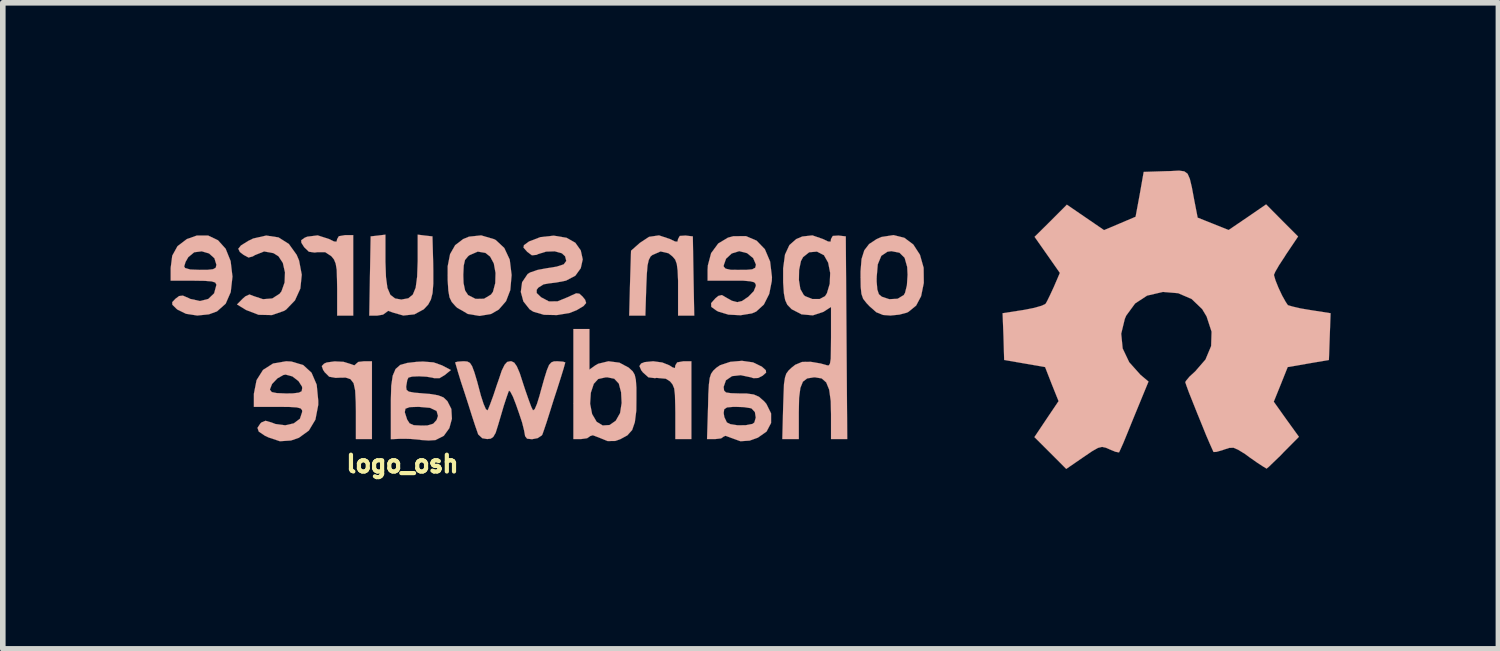
<source format=kicad_pcb>
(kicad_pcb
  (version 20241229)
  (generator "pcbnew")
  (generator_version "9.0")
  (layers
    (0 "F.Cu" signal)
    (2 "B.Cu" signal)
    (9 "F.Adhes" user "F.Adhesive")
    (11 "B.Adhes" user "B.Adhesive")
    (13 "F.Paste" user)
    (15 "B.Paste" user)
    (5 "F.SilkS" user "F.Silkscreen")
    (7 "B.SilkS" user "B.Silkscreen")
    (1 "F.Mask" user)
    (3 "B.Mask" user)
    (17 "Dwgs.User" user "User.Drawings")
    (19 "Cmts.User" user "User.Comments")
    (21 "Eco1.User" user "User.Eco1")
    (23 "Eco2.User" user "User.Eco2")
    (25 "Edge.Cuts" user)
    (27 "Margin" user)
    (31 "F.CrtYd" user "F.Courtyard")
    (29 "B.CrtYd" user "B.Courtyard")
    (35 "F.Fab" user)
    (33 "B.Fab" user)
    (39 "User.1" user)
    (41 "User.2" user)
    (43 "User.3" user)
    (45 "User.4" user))
  (footprint "logo_osh"
    (layer "F.Cu")
    (at 10.37 2.833)
    (property "Reference" "logo_osh" (at -6.223 2.413 0) (layer "F.SilkS") (effects (font (size 0.3 0.3) (thickness 0.075))))
    (attr through_hole)
    (fp_poly (pts (xy -8.034 -1.587) (xy -8.031 -1.542) (xy -7.981 -1.463) (xy -7.897 -1.382) (xy -7.793 -1.367) (xy -7.744 -1.374) (xy -7.605 -1.374) (xy -7.493 -1.3) (xy -7.447 -1.242) (xy -7.417 -1.168) (xy -7.399 -1.059) (xy -7.394 -0.889) (xy -7.391 -0.719) (xy -7.391 -0.239) (xy -7.247 -0.239) (xy -7.104 -0.239) (xy -7.104 -0.96) (xy -7.104 -1.679) (xy -7.247 -1.679) (xy -7.361 -1.659) (xy -7.391 -1.608) (xy -7.402 -1.562) (xy -7.447 -1.565) (xy -7.534 -1.608) (xy -7.739 -1.674) (xy -7.925 -1.651) (xy -7.973 -1.631) (xy -8.034 -1.587)) (stroke (width 0.003) (type solid)) (fill yes) (layer "B.SilkS"))
    (fp_poly (pts (xy -7.666 0.663) (xy -7.643 0.729) (xy -7.615 0.772) (xy -7.534 0.853) (xy -7.417 0.874) (xy -7.366 0.871) (xy -7.239 0.869) (xy -7.153 0.897) (xy -7.097 0.97) (xy -7.069 1.1) (xy -7.059 1.303) (xy -7.056 1.471) (xy -7.056 1.968) (xy -6.911 1.968) (xy -6.769 1.968) (xy -6.769 1.273) (xy -6.769 0.577) (xy -6.911 0.577) (xy -7.013 0.589) (xy -7.056 0.625) (xy -7.056 0.627) (xy -7.084 0.65) (xy -7.148 0.627) (xy -7.277 0.587) (xy -7.437 0.579) (xy -7.579 0.599) (xy -7.625 0.62) (xy -7.666 0.663)) (stroke (width 0.003) (type solid)) (fill yes) (layer "B.SilkS"))
    (fp_poly (pts (xy -1.986 0.663) (xy -1.953 0.739) (xy -1.923 0.777) (xy -1.826 0.864) (xy -1.709 0.879) (xy -1.681 0.874) (xy -1.514 0.889) (xy -1.438 0.937) (xy -1.394 0.991) (xy -1.364 1.064) (xy -1.351 1.179) (xy -1.346 1.359) (xy -1.344 1.496) (xy -1.344 1.968) (xy -1.199 1.968) (xy -1.057 1.968) (xy -1.057 1.273) (xy -1.057 0.577) (xy -1.199 0.577) (xy -1.311 0.597) (xy -1.344 0.65) (xy -1.351 0.699) (xy -1.394 0.686) (xy -1.45 0.65) (xy -1.577 0.599) (xy -1.74 0.577) (xy -1.892 0.592) (xy -1.956 0.617) (xy -1.986 0.663)) (stroke (width 0.003) (type solid)) (fill yes) (layer "B.SilkS"))
    (fp_poly (pts (xy -2.169 -0.239) (xy -2.024 -0.239) (xy -1.88 -0.239) (xy -1.864 -0.747) (xy -1.854 -0.98) (xy -1.841 -1.138) (xy -1.819 -1.234) (xy -1.788 -1.295) (xy -1.755 -1.323) (xy -1.608 -1.387) (xy -1.466 -1.354) (xy -1.392 -1.295) (xy -1.346 -1.24) (xy -1.318 -1.163) (xy -1.303 -1.046) (xy -1.295 -0.866) (xy -1.295 -0.719) (xy -1.295 -0.239) (xy -1.151 -0.239) (xy -1.006 -0.239) (xy -1.019 -0.947) (xy -1.031 -1.656) (xy -1.163 -1.671) (xy -1.265 -1.664) (xy -1.295 -1.61) (xy -1.306 -1.562) (xy -1.349 -1.565) (xy -1.438 -1.608) (xy -1.636 -1.674) (xy -1.814 -1.648) (xy -1.979 -1.539) (xy -2.136 -1.4) (xy -2.154 -0.82) (xy -2.169 -0.239)) (stroke (width 0.003) (type solid)) (fill yes) (layer "B.SilkS"))
    (fp_poly (pts (xy -6.817 -0.239) (xy -6.678 -0.239) (xy -6.571 -0.257) (xy -6.518 -0.295) (xy -6.48 -0.325) (xy -6.396 -0.295) (xy -6.208 -0.241) (xy -6.01 -0.262) (xy -5.845 -0.351) (xy -5.839 -0.356) (xy -5.763 -0.437) (xy -5.715 -0.526) (xy -5.685 -0.643) (xy -5.672 -0.81) (xy -5.672 -1.041) (xy -5.674 -1.176) (xy -5.687 -1.656) (xy -5.822 -1.671) (xy -5.951 -1.687) (xy -5.951 -1.214) (xy -5.961 -0.935) (xy -5.987 -0.739) (xy -6.038 -0.615) (xy -6.119 -0.549) (xy -6.236 -0.528) (xy -6.241 -0.526) (xy -6.355 -0.546) (xy -6.439 -0.61) (xy -6.492 -0.734) (xy -6.518 -0.927) (xy -6.528 -1.201) (xy -6.528 -1.214) (xy -6.528 -1.687) (xy -6.66 -1.671) (xy -6.792 -1.656) (xy -6.805 -0.947) (xy -6.817 -0.239)) (stroke (width 0.003) (type solid)) (fill yes) (layer "B.SilkS"))
    (fp_poly (pts (xy -9.182 -0.439) (xy -9.02 -0.34) (xy -8.796 -0.254) (xy -8.557 -0.249) (xy -8.339 -0.325) (xy -8.303 -0.348) (xy -8.146 -0.511) (xy -8.049 -0.724) (xy -8.024 -0.97) (xy -8.072 -1.224) (xy -8.115 -1.326) (xy -8.255 -1.521) (xy -8.44 -1.638) (xy -8.659 -1.671) (xy -8.893 -1.618) (xy -8.981 -1.575) (xy -9.111 -1.494) (xy -9.159 -1.435) (xy -9.131 -1.377) (xy -9.065 -1.326) (xy -8.976 -1.278) (xy -8.9 -1.298) (xy -8.862 -1.321) (xy -8.697 -1.387) (xy -8.529 -1.356) (xy -8.44 -1.3) (xy -8.362 -1.181) (xy -8.324 -1.011) (xy -8.331 -0.831) (xy -8.387 -0.673) (xy -8.42 -0.63) (xy -8.552 -0.546) (xy -8.717 -0.533) (xy -8.88 -0.587) (xy -8.959 -0.617) (xy -9.032 -0.584) (xy -9.078 -0.544) (xy -9.182 -0.439)) (stroke (width 0.003) (type solid)) (fill yes) (layer "B.SilkS"))
    (fp_poly (pts (xy -5.415 -0.876) (xy -5.403 -0.686) (xy -5.382 -0.566) (xy -5.342 -0.483) (xy -5.273 -0.406) (xy -5.243 -0.378) (xy -5.136 -0.318) (xy -5.136 -0.965) (xy -5.128 -1.133) (xy -5.105 -1.234) (xy -5.052 -1.298) (xy -5.029 -1.318) (xy -4.877 -1.384) (xy -4.74 -1.361) (xy -4.656 -1.295) (xy -4.59 -1.173) (xy -4.559 -1.003) (xy -4.564 -0.82) (xy -4.605 -0.665) (xy -4.641 -0.615) (xy -4.765 -0.541) (xy -4.915 -0.538) (xy -5.05 -0.607) (xy -5.103 -0.688) (xy -5.131 -0.82) (xy -5.136 -0.965) (xy -5.136 -0.318) (xy -5.055 -0.269) (xy -4.844 -0.234) (xy -4.638 -0.269) (xy -4.501 -0.348) (xy -4.371 -0.498) (xy -4.295 -0.696) (xy -4.272 -0.96) (xy -4.272 -0.968) (xy -4.305 -1.24) (xy -4.402 -1.448) (xy -4.554 -1.59) (xy -4.582 -1.605) (xy -4.816 -1.674) (xy -5.034 -1.651) (xy -5.138 -1.608) (xy -5.281 -1.499) (xy -5.372 -1.339) (xy -5.415 -1.12) (xy -5.415 -0.876)) (stroke (width 0.003) (type solid)) (fill yes) (layer "B.SilkS"))
    (fp_poly (pts (xy 1.968 -0.945) (xy 1.971 -0.752) (xy 1.984 -0.627) (xy 2.014 -0.541) (xy 2.073 -0.465) (xy 2.131 -0.404) (xy 2.253 -0.297) (xy 2.256 -0.297) (xy 2.256 -0.848) (xy 2.256 -0.922) (xy 2.276 -1.156) (xy 2.339 -1.308) (xy 2.449 -1.382) (xy 2.52 -1.392) (xy 2.664 -1.364) (xy 2.756 -1.273) (xy 2.802 -1.11) (xy 2.809 -0.97) (xy 2.797 -0.782) (xy 2.764 -0.648) (xy 2.741 -0.607) (xy 2.631 -0.541) (xy 2.482 -0.533) (xy 2.349 -0.577) (xy 2.296 -0.622) (xy 2.268 -0.706) (xy 2.256 -0.848) (xy 2.256 -0.297) (xy 2.37 -0.251) (xy 2.502 -0.241) (xy 2.662 -0.257) (xy 2.794 -0.292) (xy 2.822 -0.305) (xy 2.962 -0.419) (xy 3.051 -0.587) (xy 3.099 -0.823) (xy 3.096 -1.095) (xy 3.03 -1.328) (xy 2.911 -1.511) (xy 2.751 -1.631) (xy 2.558 -1.679) (xy 2.344 -1.646) (xy 2.256 -1.608) (xy 2.121 -1.519) (xy 2.035 -1.407) (xy 1.986 -1.252) (xy 1.968 -1.031) (xy 1.968 -0.945)) (stroke (width 0.003) (type solid)) (fill yes) (layer "B.SilkS"))
    (fp_poly (pts (xy -3.167 1.968) (xy -3.028 1.968) (xy -2.921 1.953) (xy -2.87 1.918) (xy -2.868 1.915) (xy -2.868 1.336) (xy -2.855 1.14) (xy -2.802 0.98) (xy -2.723 0.894) (xy -2.596 0.866) (xy -2.56 0.864) (xy -2.436 0.889) (xy -2.355 0.975) (xy -2.314 1.13) (xy -2.304 1.323) (xy -2.332 1.504) (xy -2.41 1.641) (xy -2.52 1.717) (xy -2.642 1.725) (xy -2.751 1.659) (xy -2.832 1.521) (xy -2.868 1.336) (xy -2.868 1.915) (xy -2.819 1.9) (xy -2.71 1.941) (xy -2.555 2.004) (xy -2.418 2.002) (xy -2.329 1.971) (xy -2.202 1.902) (xy -2.116 1.806) (xy -2.068 1.666) (xy -2.042 1.46) (xy -2.04 1.262) (xy -2.04 1.049) (xy -2.05 0.909) (xy -2.07 0.82) (xy -2.106 0.757) (xy -2.167 0.701) (xy -2.174 0.693) (xy -2.344 0.602) (xy -2.54 0.577) (xy -2.725 0.622) (xy -2.774 0.65) (xy -2.88 0.726) (xy -2.88 0.363) (xy -2.88 0) (xy -3.025 0) (xy -3.167 0) (xy -3.167 0.986) (xy -3.167 1.968)) (stroke (width 0.003) (type solid)) (fill yes) (layer "B.SilkS"))
    (fp_poly (pts (xy -10.368 -0.864) (xy -10.127 -0.864) (xy -10.127 -1.118) (xy -10.102 -1.199) (xy -10.053 -1.285) (xy -9.947 -1.372) (xy -9.812 -1.389) (xy -9.682 -1.351) (xy -9.586 -1.265) (xy -9.55 -1.148) (xy -9.563 -1.095) (xy -9.611 -1.069) (xy -9.721 -1.057) (xy -9.84 -1.057) (xy -10.018 -1.064) (xy -10.109 -1.09) (xy -10.127 -1.118) (xy -10.127 -0.864) (xy -9.959 -0.864) (xy -9.759 -0.861) (xy -9.634 -0.851) (xy -9.571 -0.831) (xy -9.55 -0.792) (xy -9.55 -0.79) (xy -9.591 -0.638) (xy -9.695 -0.538) (xy -9.845 -0.5) (xy -10.018 -0.538) (xy -10.043 -0.551) (xy -10.15 -0.597) (xy -10.218 -0.589) (xy -10.282 -0.541) (xy -10.34 -0.48) (xy -10.338 -0.434) (xy -10.269 -0.366) (xy -10.249 -0.348) (xy -10.094 -0.272) (xy -9.893 -0.241) (xy -9.685 -0.262) (xy -9.54 -0.315) (xy -9.385 -0.452) (xy -9.294 -0.66) (xy -9.263 -0.937) (xy -9.296 -1.214) (xy -9.385 -1.435) (xy -9.522 -1.587) (xy -9.698 -1.671) (xy -9.901 -1.671) (xy -10.079 -1.608) (xy -10.246 -1.481) (xy -10.34 -1.311) (xy -10.368 -1.092) (xy -10.368 -0.864)) (stroke (width 0.003) (type solid)) (fill yes) (layer "B.SilkS"))
    (fp_poly (pts (xy -8.88 1.392) (xy -8.593 1.392) (xy -8.593 1.079) (xy -8.555 0.983) (xy -8.461 0.884) (xy -8.354 0.823) (xy -8.313 0.815) (xy -8.191 0.848) (xy -8.082 0.932) (xy -8.019 1.031) (xy -8.016 1.059) (xy -8.026 1.113) (xy -8.075 1.138) (xy -8.181 1.151) (xy -8.303 1.153) (xy -8.471 1.146) (xy -8.56 1.128) (xy -8.59 1.09) (xy -8.593 1.079) (xy -8.593 1.392) (xy -8.448 1.392) (xy -8.242 1.394) (xy -8.113 1.402) (xy -8.044 1.42) (xy -8.019 1.45) (xy -8.016 1.481) (xy -8.057 1.605) (xy -8.166 1.687) (xy -8.319 1.722) (xy -8.494 1.699) (xy -8.567 1.671) (xy -8.672 1.641) (xy -8.745 1.671) (xy -8.766 1.692) (xy -8.816 1.768) (xy -8.793 1.834) (xy -8.684 1.908) (xy -8.621 1.938) (xy -8.415 2.007) (xy -8.217 1.994) (xy -8.077 1.946) (xy -7.897 1.816) (xy -7.78 1.621) (xy -7.729 1.356) (xy -7.729 1.283) (xy -7.757 0.996) (xy -7.849 0.782) (xy -7.998 0.645) (xy -8.209 0.582) (xy -8.303 0.577) (xy -8.537 0.617) (xy -8.717 0.732) (xy -8.832 0.914) (xy -8.88 1.158) (xy -8.88 1.199) (xy -8.88 1.392)) (stroke (width 0.003) (type solid)) (fill yes) (layer "B.SilkS"))
    (fp_poly (pts (xy -0.767 -0.864) (xy -0.48 -0.864) (xy -0.48 -1.135) (xy -0.437 -1.257) (xy -0.335 -1.351) (xy -0.201 -1.392) (xy -0.061 -1.356) (xy 0.048 -1.267) (xy 0.097 -1.153) (xy 0.097 -1.146) (xy 0.084 -1.095) (xy 0.03 -1.067) (xy -0.084 -1.057) (xy -0.191 -1.057) (xy -0.356 -1.059) (xy -0.445 -1.079) (xy -0.478 -1.115) (xy -0.48 -1.135) (xy -0.48 -0.864) (xy -0.335 -0.864) (xy -0.13 -0.864) (xy -0.003 -0.853) (xy 0.066 -0.836) (xy 0.091 -0.805) (xy 0.097 -0.772) (xy 0.058 -0.676) (xy -0.038 -0.577) (xy -0.152 -0.5) (xy -0.236 -0.48) (xy -0.333 -0.505) (xy -0.424 -0.556) (xy -0.511 -0.607) (xy -0.574 -0.592) (xy -0.627 -0.549) (xy -0.704 -0.462) (xy -0.701 -0.396) (xy -0.61 -0.33) (xy -0.577 -0.312) (xy -0.394 -0.257) (xy -0.178 -0.246) (xy 0.025 -0.279) (xy 0.102 -0.312) (xy 0.239 -0.437) (xy 0.335 -0.627) (xy 0.381 -0.859) (xy 0.384 -0.927) (xy 0.351 -1.206) (xy 0.257 -1.427) (xy 0.109 -1.58) (xy -0.081 -1.661) (xy -0.307 -1.659) (xy -0.404 -1.633) (xy -0.577 -1.529) (xy -0.704 -1.356) (xy -0.762 -1.138) (xy -0.767 -1.062) (xy -0.767 -0.864)) (stroke (width 0.003) (type solid)) (fill yes) (layer "B.SilkS"))
    (fp_poly (pts (xy -4.107 -0.663) (xy -4.061 -0.493) (xy -3.95 -0.353) (xy -3.884 -0.31) (xy -3.693 -0.254) (xy -3.462 -0.249) (xy -3.233 -0.287) (xy -3.106 -0.338) (xy -2.985 -0.411) (xy -2.939 -0.465) (xy -2.957 -0.523) (xy -3.005 -0.582) (xy -3.061 -0.632) (xy -3.117 -0.638) (xy -3.208 -0.597) (xy -3.256 -0.574) (xy -3.449 -0.495) (xy -3.604 -0.493) (xy -3.747 -0.569) (xy -3.749 -0.572) (xy -3.823 -0.643) (xy -3.823 -0.701) (xy -3.795 -0.739) (xy -3.701 -0.798) (xy -3.607 -0.815) (xy -3.475 -0.831) (xy -3.317 -0.861) (xy -3.297 -0.866) (xy -3.132 -0.953) (xy -3.035 -1.087) (xy -3 -1.245) (xy -3.035 -1.405) (xy -3.132 -1.542) (xy -3.289 -1.631) (xy -3.518 -1.669) (xy -3.757 -1.643) (xy -3.96 -1.565) (xy -3.967 -1.56) (xy -4.051 -1.499) (xy -4.059 -1.455) (xy -3.998 -1.387) (xy -3.995 -1.382) (xy -3.909 -1.318) (xy -3.825 -1.326) (xy -3.8 -1.339) (xy -3.655 -1.384) (xy -3.5 -1.389) (xy -3.373 -1.354) (xy -3.315 -1.3) (xy -3.294 -1.217) (xy -3.34 -1.156) (xy -3.467 -1.115) (xy -3.642 -1.087) (xy -3.805 -1.057) (xy -3.94 -1.011) (xy -3.985 -0.983) (xy -4.084 -0.836) (xy -4.107 -0.663)) (stroke (width 0.003) (type solid)) (fill yes) (layer "B.SilkS"))
    (fp_poly (pts (xy -6.431 1.971) (xy -6.253 1.963) (xy -6.182 1.963) (xy -6.182 1.488) (xy -6.17 1.425) (xy -6.093 1.397) (xy -5.936 1.392) (xy -5.933 1.392) (xy -5.73 1.41) (xy -5.613 1.466) (xy -5.588 1.554) (xy -5.613 1.628) (xy -5.674 1.694) (xy -5.779 1.725) (xy -5.883 1.727) (xy -6.022 1.72) (xy -6.096 1.687) (xy -6.142 1.615) (xy -6.144 1.605) (xy -6.182 1.488) (xy -6.182 1.963) (xy -6.076 1.966) (xy -5.903 1.981) (xy -5.903 1.984) (xy -5.756 1.994) (xy -5.631 1.986) (xy -5.629 1.984) (xy -5.484 1.91) (xy -5.385 1.773) (xy -5.339 1.605) (xy -5.349 1.43) (xy -5.42 1.29) (xy -5.489 1.224) (xy -5.585 1.186) (xy -5.735 1.161) (xy -5.839 1.153) (xy -6.012 1.138) (xy -6.109 1.12) (xy -6.149 1.09) (xy -6.157 1.036) (xy -6.154 1.011) (xy -6.137 0.912) (xy -6.116 0.869) (xy -6.05 0.851) (xy -5.928 0.846) (xy -5.794 0.853) (xy -5.685 0.871) (xy -5.659 0.879) (xy -5.56 0.879) (xy -5.471 0.826) (xy -5.357 0.734) (xy -5.517 0.65) (xy -5.667 0.597) (xy -5.857 0.582) (xy -5.966 0.587) (xy -6.139 0.607) (xy -6.264 0.643) (xy -6.347 0.716) (xy -6.398 0.836) (xy -6.424 1.016) (xy -6.431 1.273) (xy -6.431 1.397) (xy -6.431 1.971)) (stroke (width 0.003) (type solid)) (fill yes) (layer "B.SilkS"))
    (fp_poly (pts (xy -0.777 1.968) (xy -0.627 1.968) (xy -0.526 1.956) (xy -0.48 1.925) (xy -0.48 1.923) (xy -0.48 1.504) (xy -0.47 1.435) (xy -0.419 1.402) (xy -0.305 1.392) (xy -0.267 1.392) (xy -0.119 1.397) (xy -0.003 1.415) (xy 0.02 1.422) (xy 0.079 1.486) (xy 0.094 1.585) (xy 0.069 1.671) (xy 0.036 1.697) (xy -0.084 1.72) (xy -0.229 1.722) (xy -0.358 1.702) (xy -0.422 1.671) (xy -0.467 1.577) (xy -0.48 1.504) (xy -0.48 1.923) (xy -0.445 1.91) (xy -0.356 1.943) (xy -0.348 1.946) (xy -0.18 2.007) (xy -0.015 1.996) (xy 0.132 1.943) (xy 0.287 1.834) (xy 0.368 1.681) (xy 0.368 1.509) (xy 0.284 1.339) (xy 0.244 1.293) (xy 0.152 1.212) (xy 0.058 1.171) (xy -0.071 1.153) (xy -0.188 1.153) (xy -0.348 1.148) (xy -0.437 1.135) (xy -0.472 1.102) (xy -0.48 1.039) (xy -0.48 1.034) (xy -0.439 0.917) (xy -0.33 0.843) (xy -0.175 0.826) (xy 0.015 0.866) (xy 0.048 0.879) (xy 0.137 0.876) (xy 0.216 0.836) (xy 0.279 0.78) (xy 0.274 0.737) (xy 0.201 0.671) (xy 0.198 0.671) (xy 0.046 0.597) (xy -0.152 0.569) (xy -0.361 0.587) (xy -0.544 0.648) (xy -0.61 0.693) (xy -0.665 0.744) (xy -0.704 0.8) (xy -0.729 0.876) (xy -0.744 0.993) (xy -0.754 1.168) (xy -0.759 1.389) (xy -0.777 1.968)) (stroke (width 0.003) (type solid)) (fill yes) (layer "B.SilkS"))
    (fp_poly (pts (xy 0.569 1.968) (xy 0.716 1.968) (xy 0.864 1.968) (xy 0.864 1.491) (xy 0.869 1.232) (xy 0.892 1.054) (xy 0.937 0.942) (xy 1.013 0.884) (xy 1.123 0.866) (xy 1.153 0.864) (xy 1.273 0.884) (xy 1.354 0.955) (xy 1.407 1.085) (xy 1.435 1.288) (xy 1.44 1.524) (xy 1.44 1.968) (xy 1.585 1.968) (xy 1.73 1.968) (xy 1.717 0.157) (xy 1.704 -1.656) (xy 1.572 -1.671) (xy 1.471 -1.664) (xy 1.44 -1.61) (xy 1.433 -1.562) (xy 1.387 -1.565) (xy 1.298 -1.608) (xy 1.107 -1.674) (xy 0.927 -1.654) (xy 0.818 -1.608) (xy 0.696 -1.501) (xy 0.617 -1.331) (xy 0.584 -1.085) (xy 0.584 -0.831) (xy 0.597 -0.64) (xy 0.62 -0.518) (xy 0.658 -0.434) (xy 0.724 -0.366) (xy 0.737 -0.353) (xy 0.866 -0.287) (xy 0.866 -0.874) (xy 0.869 -1.054) (xy 0.902 -1.214) (xy 0.94 -1.285) (xy 1.049 -1.372) (xy 1.189 -1.384) (xy 1.311 -1.321) (xy 1.313 -1.321) (xy 1.389 -1.186) (xy 1.425 -1.003) (xy 1.417 -0.808) (xy 1.367 -0.64) (xy 1.333 -0.587) (xy 1.237 -0.536) (xy 1.105 -0.536) (xy 0.978 -0.587) (xy 0.953 -0.607) (xy 0.892 -0.714) (xy 0.866 -0.874) (xy 0.866 -0.287) (xy 0.912 -0.262) (xy 1.115 -0.244) (xy 1.306 -0.307) (xy 1.321 -0.318) (xy 1.44 -0.394) (xy 1.44 0.145) (xy 1.438 0.378) (xy 1.435 0.531) (xy 1.422 0.615) (xy 1.402 0.65) (xy 1.369 0.65) (xy 1.356 0.645) (xy 1.255 0.617) (xy 1.11 0.592) (xy 1.074 0.587) (xy 0.922 0.589) (xy 0.8 0.64) (xy 0.739 0.688) (xy 0.681 0.742) (xy 0.64 0.798) (xy 0.617 0.869) (xy 0.599 0.983) (xy 0.592 1.156) (xy 0.584 1.389) (xy 0.569 1.968)) (stroke (width 0.003) (type solid)) (fill yes) (layer "B.SilkS"))
    (fp_poly (pts (xy -5.281 0.597) (xy -5.265 0.65) (xy -5.23 0.772) (xy -5.177 0.945) (xy -5.11 1.148) (xy -5.042 1.359) (xy -4.978 1.562) (xy -4.923 1.73) (xy -4.882 1.847) (xy -4.869 1.885) (xy -4.796 1.953) (xy -4.709 1.968) (xy -4.646 1.961) (xy -4.6 1.93) (xy -4.557 1.857) (xy -4.514 1.72) (xy -4.468 1.565) (xy -4.412 1.374) (xy -4.361 1.219) (xy -4.326 1.12) (xy -4.318 1.102) (xy -4.293 1.123) (xy -4.247 1.212) (xy -4.194 1.349) (xy -4.138 1.509) (xy -4.084 1.671) (xy -4.049 1.811) (xy -4.031 1.91) (xy -4.031 1.915) (xy -3.995 1.961) (xy -3.907 1.971) (xy -3.805 1.951) (xy -3.731 1.902) (xy -3.721 1.885) (xy -3.693 1.806) (xy -3.645 1.664) (xy -3.586 1.478) (xy -3.52 1.267) (xy -3.452 1.059) (xy -3.391 0.866) (xy -3.343 0.711) (xy -3.317 0.617) (xy -3.312 0.597) (xy -3.353 0.584) (xy -3.452 0.577) (xy -3.515 0.579) (xy -3.561 0.597) (xy -3.602 0.643) (xy -3.64 0.734) (xy -3.686 0.881) (xy -3.749 1.105) (xy -3.772 1.191) (xy -3.818 1.339) (xy -3.858 1.433) (xy -3.889 1.455) (xy -3.919 1.394) (xy -3.967 1.265) (xy -4.028 1.09) (xy -4.059 0.996) (xy -4.125 0.792) (xy -4.178 0.668) (xy -4.224 0.602) (xy -4.275 0.577) (xy -4.295 0.577) (xy -4.351 0.589) (xy -4.397 0.64) (xy -4.448 0.744) (xy -4.506 0.917) (xy -4.534 0.996) (xy -4.597 1.186) (xy -4.653 1.339) (xy -4.691 1.435) (xy -4.704 1.455) (xy -4.732 1.433) (xy -4.773 1.339) (xy -4.821 1.191) (xy -4.887 0.942) (xy -4.938 0.772) (xy -4.978 0.665) (xy -5.016 0.607) (xy -5.062 0.582) (xy -5.118 0.577) (xy -5.138 0.577) (xy -5.237 0.584) (xy -5.281 0.597)) (stroke (width 0.003) (type solid)) (fill yes) (layer "B.SilkS"))
    (fp_poly (pts (xy 4.508 -0.282) (xy 4.524 0.135) (xy 4.536 0.554) (xy 4.902 0.617) (xy 5.268 0.681) (xy 5.387 0.986) (xy 5.509 1.29) (xy 5.293 1.61) (xy 5.077 1.933) (xy 5.362 2.217) (xy 5.646 2.502) (xy 5.956 2.289) (xy 6.111 2.184) (xy 6.213 2.126) (xy 6.287 2.108) (xy 6.355 2.123) (xy 6.419 2.151) (xy 6.525 2.195) (xy 6.589 2.207) (xy 6.591 2.205) (xy 6.614 2.156) (xy 6.668 2.035) (xy 6.741 1.857) (xy 6.83 1.638) (xy 6.861 1.562) (xy 7.117 0.94) (xy 6.972 0.818) (xy 6.772 0.594) (xy 6.655 0.348) (xy 6.629 0.084) (xy 6.693 -0.18) (xy 6.718 -0.239) (xy 6.878 -0.457) (xy 7.092 -0.597) (xy 7.363 -0.66) (xy 7.374 -0.663) (xy 7.648 -0.64) (xy 7.889 -0.536) (xy 8.077 -0.356) (xy 8.156 -0.224) (xy 8.245 0.048) (xy 8.237 0.305) (xy 8.136 0.546) (xy 7.953 0.757) (xy 7.849 0.853) (xy 7.785 0.93) (xy 7.775 0.953) (xy 7.793 1.006) (xy 7.838 1.13) (xy 7.907 1.303) (xy 7.986 1.501) (xy 8.07 1.707) (xy 8.148 1.9) (xy 8.217 2.06) (xy 8.265 2.167) (xy 8.28 2.2) (xy 8.331 2.197) (xy 8.438 2.167) (xy 8.468 2.156) (xy 8.56 2.126) (xy 8.636 2.123) (xy 8.72 2.159) (xy 8.844 2.235) (xy 8.926 2.296) (xy 9.065 2.393) (xy 9.174 2.464) (xy 9.225 2.494) (xy 9.228 2.497) (xy 9.266 2.466) (xy 9.355 2.38) (xy 9.479 2.261) (xy 9.525 2.212) (xy 9.807 1.928) (xy 9.581 1.615) (xy 9.357 1.3) (xy 9.482 0.991) (xy 9.606 0.681) (xy 9.975 0.617) (xy 10.343 0.554) (xy 10.358 0.135) (xy 10.373 -0.282) (xy 10.015 -0.338) (xy 9.837 -0.368) (xy 9.695 -0.401) (xy 9.616 -0.424) (xy 9.611 -0.424) (xy 9.571 -0.483) (xy 9.507 -0.597) (xy 9.441 -0.737) (xy 9.388 -0.869) (xy 9.362 -0.958) (xy 9.36 -0.968) (xy 9.385 -1.026) (xy 9.451 -1.14) (xy 9.548 -1.288) (xy 9.576 -1.333) (xy 9.792 -1.654) (xy 9.505 -1.941) (xy 9.22 -2.228) (xy 8.887 -1.999) (xy 8.55 -1.77) (xy 8.275 -1.88) (xy 7.996 -1.991) (xy 7.935 -2.304) (xy 7.892 -2.535) (xy 7.856 -2.685) (xy 7.816 -2.776) (xy 7.757 -2.819) (xy 7.663 -2.832) (xy 7.516 -2.824) (xy 7.427 -2.822) (xy 7.031 -2.809) (xy 6.96 -2.405) (xy 6.886 -2.007) (xy 6.604 -1.887) (xy 6.322 -1.768) (xy 5.989 -1.996) (xy 5.657 -2.223) (xy 5.37 -1.935) (xy 5.08 -1.648) (xy 5.306 -1.326) (xy 5.532 -1.003) (xy 5.425 -0.754) (xy 5.357 -0.607) (xy 5.301 -0.493) (xy 5.276 -0.45) (xy 5.21 -0.417) (xy 5.075 -0.378) (xy 4.9 -0.343) (xy 4.869 -0.338) (xy 4.508 -0.282)) (stroke (width 0.003) (type solid)) (fill yes) (layer "B.SilkS")))
  (gr_rect
    (start -3 -3)
    (end 23.744 8.553)
    (stroke (width 0.1) (type default))
    (fill no)
    (layer "Edge.Cuts")))
</source>
